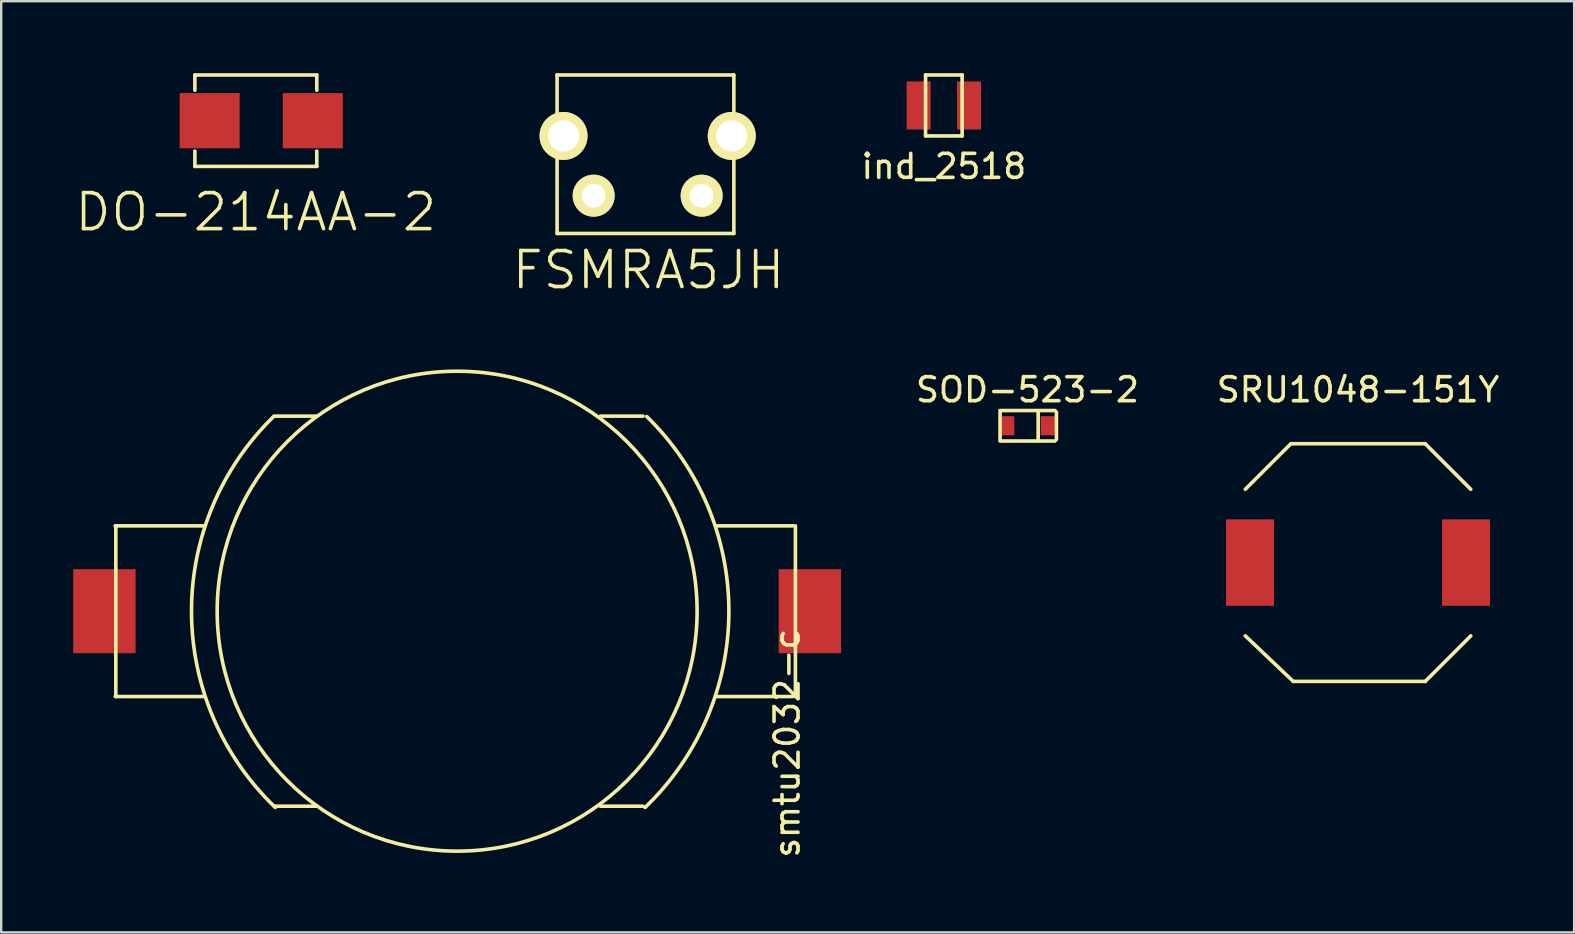
<source format=kicad_pcb>
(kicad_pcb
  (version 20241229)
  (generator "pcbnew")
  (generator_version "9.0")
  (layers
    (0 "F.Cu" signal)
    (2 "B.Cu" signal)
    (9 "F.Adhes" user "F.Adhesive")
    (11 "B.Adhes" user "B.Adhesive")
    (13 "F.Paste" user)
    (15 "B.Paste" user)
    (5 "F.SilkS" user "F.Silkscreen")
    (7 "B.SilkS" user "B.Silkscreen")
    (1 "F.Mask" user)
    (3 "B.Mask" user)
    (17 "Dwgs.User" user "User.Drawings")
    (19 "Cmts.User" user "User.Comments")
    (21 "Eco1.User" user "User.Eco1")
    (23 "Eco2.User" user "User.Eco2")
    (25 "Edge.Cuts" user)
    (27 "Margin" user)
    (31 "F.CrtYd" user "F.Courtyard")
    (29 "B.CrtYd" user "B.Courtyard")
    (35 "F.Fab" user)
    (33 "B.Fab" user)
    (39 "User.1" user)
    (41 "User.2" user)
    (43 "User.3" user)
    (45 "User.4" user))
  (footprint "SRU1048-151Y"
    (layer "F.Cu")
    (at 53.542 20.393)
    (property "Reference" "SRU1048-151Y" (at 0 -7.201 0) (layer "F.SilkS") (effects (font (size 1 1) (thickness 0.15))))
    (attr smd)
    (fp_line (start -2.799 -4.953) (end -4.699 -3.053) (stroke (width 0.15) (type solid)) (layer "F.SilkS"))
    (fp_line (start -2.7 4.953) (end -4.699 3.053) (stroke (width 0.15) (type solid)) (layer "F.SilkS"))
    (fp_line (start 2.799 -4.953) (end -2.799 -4.953) (stroke (width 0.15) (type solid)) (layer "F.SilkS"))
    (fp_line (start 2.799 4.953) (end -2.7 4.953) (stroke (width 0.15) (type solid)) (layer "F.SilkS"))
    (fp_line (start 4.699 -3.053) (end 2.799 -4.953) (stroke (width 0.15) (type solid)) (layer "F.SilkS"))
    (fp_line (start 4.699 3.053) (end 2.799 4.953) (stroke (width 0.15) (type solid)) (layer "F.SilkS"))
    (pad "1" smd rect (at -4.5 0) (size 2 3.6) (layers "F.Cu" "F.Mask" "F.Paste"))
    (pad "2" smd rect (at 4.5 0) (size 2 3.6) (layers "F.Cu" "F.Mask" "F.Paste")))
  (footprint "FSMRA5JH"
    (layer "F.Cu")
    (at 21.689 2.615)
    (property "Reference" "FSMRA5JH" (at 2.286 5.588 0) (layer "F.SilkS") (effects (font (size 1.5 1.5) (thickness 0.15))))
    (attr through_hole)
    (fp_line (start -1.524 -2.54) (end 5.842 -2.54) (stroke (width 0.15) (type solid)) (layer "F.SilkS"))
    (fp_line (start -1.524 0) (end -1.524 -2.54) (stroke (width 0.15) (type solid)) (layer "F.SilkS"))
    (fp_line (start -1.524 0) (end -1.524 4.064) (stroke (width 0.15) (type solid)) (layer "F.SilkS"))
    (fp_line (start -1.524 4.064) (end 5.842 4.064) (stroke (width 0.15) (type solid)) (layer "F.SilkS"))
    (fp_line (start 5.842 -2.54) (end 5.842 0) (stroke (width 0.15) (type solid)) (layer "F.SilkS"))
    (fp_line (start 5.842 4.064) (end 5.842 0) (stroke (width 0.15) (type solid)) (layer "F.SilkS"))
    (pad "1" thru_hole circle (at -1.255 0) (size 2 2) (drill 1.3) (layers "*.Cu" "*.Mask" "F.SilkS"))
    (pad "2" thru_hole circle (at 5.755 0) (size 2 2) (drill 1.3) (layers "*.Cu" "*.Mask" "F.SilkS"))
    (pad "3" thru_hole circle (at 0 2.49) (size 1.75 1.75) (drill 0.99) (layers "*.Cu" "*.Mask" "F.SilkS"))
    (pad "4" thru_hole circle (at 4.5 2.49) (size 1.75 1.75) (drill 0.99) (layers "*.Cu" "*.Mask" "F.SilkS")))
  (footprint "DO-214AA-2"
    (layer "F.Cu")
    (at 4.436 1.98)
    (property "Reference" "DO-214AA-2" (at 3.175 3.81 0) (layer "F.SilkS") (effects (font (size 1.5 1.5) (thickness 0.15))))
    (attr through_hole)
    (fp_line (start 0.635 -1.905) (end 0.635 -1.27) (stroke (width 0.15) (type solid)) (layer "F.SilkS"))
    (fp_line (start 0.635 -1.905) (end 5.715 -1.905) (stroke (width 0.15) (type solid)) (layer "F.SilkS"))
    (fp_line (start 0.635 1.27) (end 0.635 1.905) (stroke (width 0.15) (type solid)) (layer "F.SilkS"))
    (fp_line (start 0.635 1.905) (end 5.715 1.905) (stroke (width 0.15) (type solid)) (layer "F.SilkS"))
    (fp_line (start 5.715 -1.905) (end 5.715 -1.27) (stroke (width 0.15) (type solid)) (layer "F.SilkS"))
    (fp_line (start 5.715 1.905) (end 5.715 1.27) (stroke (width 0.15) (type solid)) (layer "F.SilkS"))
    (pad "1" smd rect (at 1.25 0) (size 2.5 2.3) (layers "F.Cu" "F.Mask" "F.Paste"))
    (pad "2" smd rect (at 5.55 0) (size 2.5 2.3) (layers "F.Cu" "F.Mask" "F.Paste")))
  (footprint "ind_2518"
    (layer "F.Cu")
    (at 36.282 1.345)
    (property "Reference" "ind_2518" (at 0 2.54 0) (layer "F.SilkS") (effects (font (size 1 1) (thickness 0.15))))
    (attr through_hole)
    (fp_line (start -0.762 -1.27) (end -0.762 1.27) (stroke (width 0.15) (type solid)) (layer "F.SilkS"))
    (fp_line (start -0.762 1.27) (end 0.762 1.27) (stroke (width 0.15) (type solid)) (layer "F.SilkS"))
    (fp_line (start 0.762 -1.27) (end -0.762 -1.27) (stroke (width 0.15) (type solid)) (layer "F.SilkS"))
    (fp_line (start 0.762 1.27) (end 0.762 -1.27) (stroke (width 0.15) (type solid)) (layer "F.SilkS"))
    (pad "1" smd rect (at -1.05 0) (size 1 2) (layers "F.Cu" "F.Mask" "F.Paste"))
    (pad "2" smd rect (at 1.05 0) (size 1 2) (layers "F.Cu" "F.Mask" "F.Paste")))
  (footprint "SOD-523-2"
    (layer "F.Cu")
    (at 39.768 14.692)
    (property "Reference" "SOD-523-2" (at 0 -1.5 0) (layer "F.SilkS") (effects (font (size 1 1) (thickness 0.15))))
    (attr smd)
    (fp_line (start -1.143 -0.635) (end 1.143 -0.635) (stroke (width 0.15) (type solid)) (layer "F.SilkS"))
    (fp_line (start -1.143 -0.572) (end -1.143 0.572) (stroke (width 0.15) (type solid)) (layer "F.SilkS"))
    (fp_line (start -1.143 0.635) (end 1.143 0.635) (stroke (width 0.15) (type solid)) (layer "F.SilkS"))
    (fp_line (start 0.445 0.572) (end 0.445 -0.572) (stroke (width 0.15) (type solid)) (layer "F.SilkS"))
    (fp_line (start 1.206 -0.572) (end 1.206 0.572) (stroke (width 0.15) (type solid)) (layer "F.SilkS"))
    (pad "1" smd rect (at -0.85 0) (size 0.6 0.8) (layers "F.Cu" "F.Mask" "F.Paste"))
    (pad "2" smd rect (at 0.85 0) (size 0.6 0.8) (layers "F.Cu" "F.Mask" "F.Paste")))
  (footprint "smtu2032-c"
    (layer "F.Cu")
    (at 16 22.419)
    (property "Reference" "smtu2032-c" (at 13.75 5.5 90) (layer "F.SilkS") (effects (font (size 1 1) (thickness 0.15))))
    (attr through_hole)
    (fp_line (start -14.25 -3.556) (end -10.541 -3.556) (stroke (width 0.15) (type solid)) (layer "F.SilkS"))
    (fp_line (start -14.25 3.556) (end -10.541 3.556) (stroke (width 0.15) (type solid)) (layer "F.SilkS"))
    (fp_line (start -14.224 -3.556) (end -14.224 3.556) (stroke (width 0.15) (type solid)) (layer "F.SilkS"))
    (fp_line (start -5.842 -8.128) (end -7.62 -8.128) (stroke (width 0.15) (type solid)) (layer "F.SilkS"))
    (fp_line (start -5.842 8.128) (end -7.62 8.128) (stroke (width 0.15) (type solid)) (layer "F.SilkS"))
    (fp_line (start 5.969 -8.128) (end 7.747 -8.128) (stroke (width 0.15) (type solid)) (layer "F.SilkS"))
    (fp_line (start 5.969 8.128) (end 7.747 8.128) (stroke (width 0.15) (type solid)) (layer "F.SilkS"))
    (fp_line (start 14 -3.556) (end 10.795 -3.556) (stroke (width 0.15) (type solid)) (layer "F.SilkS"))
    (fp_line (start 14 3.556) (end 10.795 3.556) (stroke (width 0.15) (type solid)) (layer "F.SilkS"))
    (fp_line (start 14.097 -3.556) (end 14.097 3.556) (stroke (width 0.15) (type solid)) (layer "F.SilkS"))
    (fp_arc (start -7.576894 8.179836) (mid -11.069878 0.049118) (end -7.647559 -8.111596) (stroke (width 0.15) (type solid)) (layer "F.SilkS"))
    (fp_arc (start 7.901559 -8.111596) (mid 11.323878 0.049118) (end 7.830894 8.179836) (stroke (width 0.15) (type solid)) (layer "F.SilkS"))
    (fp_circle (center 0 0) (end 10 0) (stroke (width 0.15) (type solid)) (fill no) (layer "F.SilkS"))
    (pad "1" smd rect (at -14.7 0) (size 2.6 3.5) (layers "F.Cu" "F.Mask" "F.Paste"))
    (pad "2" smd rect (at 14.7 0) (size 2.6 3.5) (layers "F.Cu" "F.Mask" "F.Paste")))
  (gr_rect
    (start -3 -3)
    (end 62.548 35.806)
    (stroke (width 0.1) (type default))
    (fill no)
    (layer "Edge.Cuts")))
</source>
